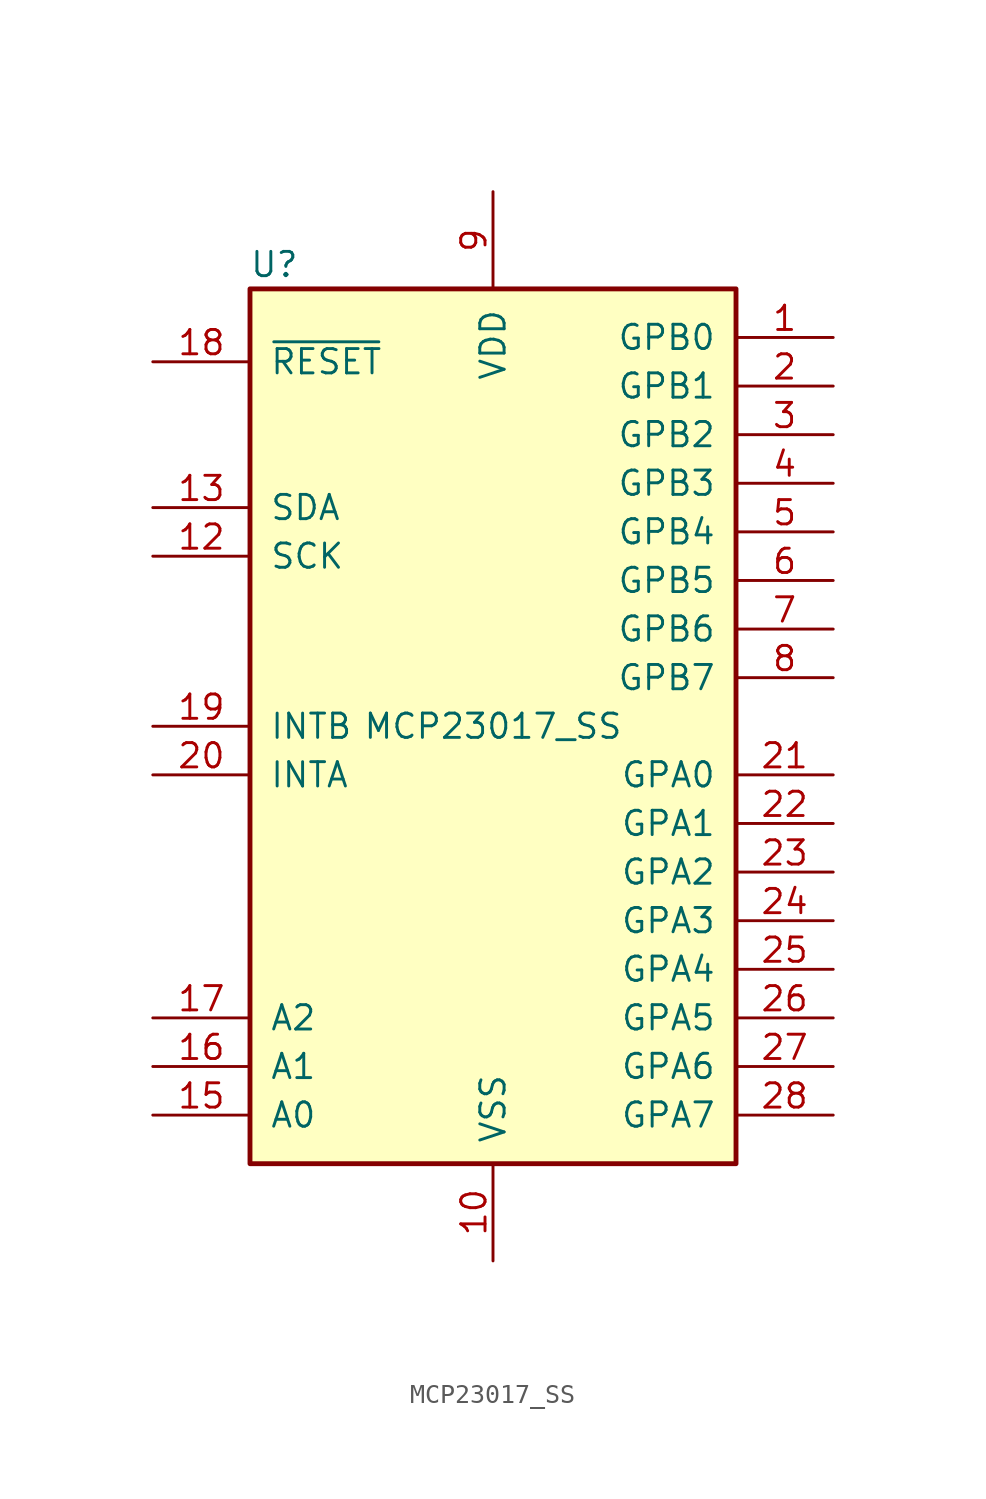
<source format=kicad_sym>
(kicad_symbol_lib
  (version 20220914)
  (generator kicad_symbol_editor)
  (symbol "MCP23017_SS"
    (pin_names
      (offset 1.016))
    (property "Reference" "U"
      (at -11.43 24.13 0)
      (effects (font (size 1.27 1.27))))
    (property "Value" "MCP23017_SS"
      (at 0 0 0)
      (effects (font (size 1.27 1.27))))
    (symbol "MCP23017_SS_0_1"
      (rectangle (start -12.7 22.86) (end 12.7 -22.86) (stroke (width 0.254) (type default)) (fill (type background))))
    (symbol "MCP23017_SS_1_1"
      (pin bidirectional line (at 17.78 20.32 180) (length 5.08) (name "GPB0" (effects (font (size 1.27 1.27)))) (number "1" (effects (font (size 1.27 1.27)))))
      (pin power_in line (at 0 -27.94 90) (length 5.08) (name "VSS" (effects (font (size 1.27 1.27)))) (number "10" (effects (font (size 1.27 1.27)))))
      (pin no_connect line (at -17.78 -7.62 0) (length 5.08) hide (name "NC" (effects (font (size 1.27 1.27)))) (number "11" (effects (font (size 1.27 1.27)))))
      (pin input line (at -17.78 8.89 0) (length 5.08) (name "SCK" (effects (font (size 1.27 1.27)))) (number "12" (effects (font (size 1.27 1.27)))))
      (pin bidirectional line (at -17.78 11.43 0) (length 5.08) (name "SDA" (effects (font (size 1.27 1.27)))) (number "13" (effects (font (size 1.27 1.27)))))
      (pin no_connect line (at -17.78 -10.16 0) (length 5.08) hide (name "NC" (effects (font (size 1.27 1.27)))) (number "14" (effects (font (size 1.27 1.27)))))
      (pin input line (at -17.78 -20.32 0) (length 5.08) (name "A0" (effects (font (size 1.27 1.27)))) (number "15" (effects (font (size 1.27 1.27)))))
      (pin input line (at -17.78 -17.78 0) (length 5.08) (name "A1" (effects (font (size 1.27 1.27)))) (number "16" (effects (font (size 1.27 1.27)))))
      (pin input line (at -17.78 -15.24 0) (length 5.08) (name "A2" (effects (font (size 1.27 1.27)))) (number "17" (effects (font (size 1.27 1.27)))))
      (pin input line (at -17.78 19.05 0) (length 5.08) (name "~{RESET}" (effects (font (size 1.27 1.27)))) (number "18" (effects (font (size 1.27 1.27)))))
      (pin tri_state line (at -17.78 0 0) (length 5.08) (name "INTB" (effects (font (size 1.27 1.27)))) (number "19" (effects (font (size 1.27 1.27)))))
      (pin bidirectional line (at 17.78 17.78 180) (length 5.08) (name "GPB1" (effects (font (size 1.27 1.27)))) (number "2" (effects (font (size 1.27 1.27)))))
      (pin tri_state line (at -17.78 -2.54 0) (length 5.08) (name "INTA" (effects (font (size 1.27 1.27)))) (number "20" (effects (font (size 1.27 1.27)))))
      (pin bidirectional line (at 17.78 -2.54 180) (length 5.08) (name "GPA0" (effects (font (size 1.27 1.27)))) (number "21" (effects (font (size 1.27 1.27)))))
      (pin bidirectional line (at 17.78 -5.08 180) (length 5.08) (name "GPA1" (effects (font (size 1.27 1.27)))) (number "22" (effects (font (size 1.27 1.27)))))
      (pin bidirectional line (at 17.78 -7.62 180) (length 5.08) (name "GPA2" (effects (font (size 1.27 1.27)))) (number "23" (effects (font (size 1.27 1.27)))))
      (pin bidirectional line (at 17.78 -10.16 180) (length 5.08) (name "GPA3" (effects (font (size 1.27 1.27)))) (number "24" (effects (font (size 1.27 1.27)))))
      (pin bidirectional line (at 17.78 -12.7 180) (length 5.08) (name "GPA4" (effects (font (size 1.27 1.27)))) (number "25" (effects (font (size 1.27 1.27)))))
      (pin bidirectional line (at 17.78 -15.24 180) (length 5.08) (name "GPA5" (effects (font (size 1.27 1.27)))) (number "26" (effects (font (size 1.27 1.27)))))
      (pin bidirectional line (at 17.78 -17.78 180) (length 5.08) (name "GPA6" (effects (font (size 1.27 1.27)))) (number "27" (effects (font (size 1.27 1.27)))))
      (pin bidirectional line (at 17.78 -20.32 180) (length 5.08) (name "GPA7" (effects (font (size 1.27 1.27)))) (number "28" (effects (font (size 1.27 1.27)))))
      (pin bidirectional line (at 17.78 15.24 180) (length 5.08) (name "GPB2" (effects (font (size 1.27 1.27)))) (number "3" (effects (font (size 1.27 1.27)))))
      (pin bidirectional line (at 17.78 12.7 180) (length 5.08) (name "GPB3" (effects (font (size 1.27 1.27)))) (number "4" (effects (font (size 1.27 1.27)))))
      (pin bidirectional line (at 17.78 10.16 180) (length 5.08) (name "GPB4" (effects (font (size 1.27 1.27)))) (number "5" (effects (font (size 1.27 1.27)))))
      (pin bidirectional line (at 17.78 7.62 180) (length 5.08) (name "GPB5" (effects (font (size 1.27 1.27)))) (number "6" (effects (font (size 1.27 1.27)))))
      (pin bidirectional line (at 17.78 5.08 180) (length 5.08) (name "GPB6" (effects (font (size 1.27 1.27)))) (number "7" (effects (font (size 1.27 1.27)))))
      (pin bidirectional line (at 17.78 2.54 180) (length 5.08) (name "GPB7" (effects (font (size 1.27 1.27)))) (number "8" (effects (font (size 1.27 1.27)))))
      (pin power_in line (at 0 27.94 270) (length 5.08) (name "VDD" (effects (font (size 1.27 1.27)))) (number "9" (effects (font (size 1.27 1.27))))))))
</source>
